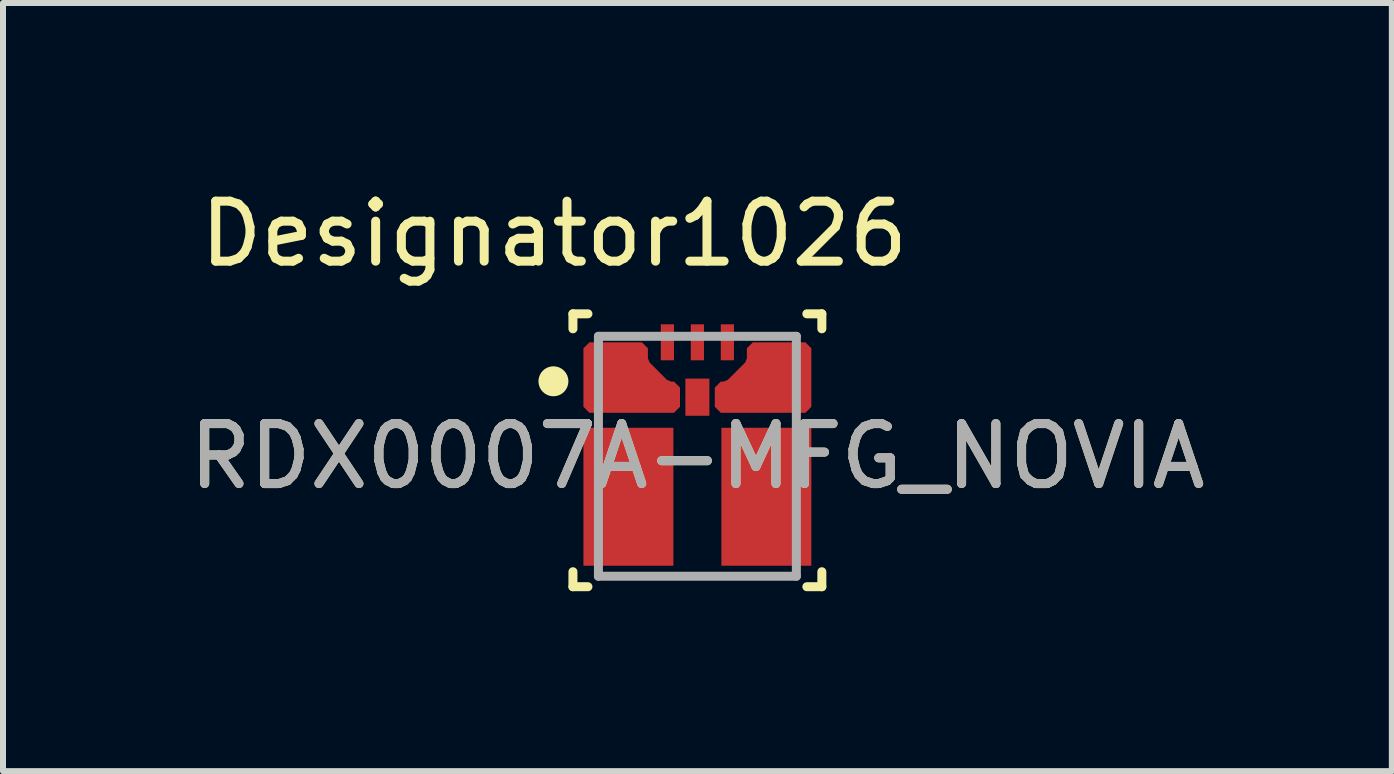
<source format=kicad_pcb>
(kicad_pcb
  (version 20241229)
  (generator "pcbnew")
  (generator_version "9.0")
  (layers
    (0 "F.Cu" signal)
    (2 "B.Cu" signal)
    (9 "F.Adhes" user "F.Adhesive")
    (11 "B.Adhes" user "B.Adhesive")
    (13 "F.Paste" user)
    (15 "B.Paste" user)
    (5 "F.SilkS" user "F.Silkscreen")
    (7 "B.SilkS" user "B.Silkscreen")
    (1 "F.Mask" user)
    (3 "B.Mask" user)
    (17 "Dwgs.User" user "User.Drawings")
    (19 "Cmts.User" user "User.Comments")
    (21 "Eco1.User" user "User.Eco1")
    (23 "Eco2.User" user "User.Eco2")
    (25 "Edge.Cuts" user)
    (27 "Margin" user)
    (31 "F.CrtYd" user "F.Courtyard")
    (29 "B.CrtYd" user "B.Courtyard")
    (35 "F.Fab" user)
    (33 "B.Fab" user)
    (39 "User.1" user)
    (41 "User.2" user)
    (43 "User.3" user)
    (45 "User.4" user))
  (footprint "RDX0007A-MFG_NOVIA"
    (layer "F.Cu")
    (at 8.577 4.557)
    (property "Reference" "RDX0007A-MFG_NOVIA" (at 0 0 0) (unlocked yes) (layer "F.SilkS") (effects (font (size 1 1) (thickness 0.15))))
    (attr smd)
    (fp_poly (pts (xy -0.2 -0.675) (xy 0.2 -0.675) (xy 0.2 -1.295) (xy -0.2 -1.295)) (stroke (width 0) (type solid)) (fill yes) (layer "F.Cu"))
    (fp_poly (pts (xy -1.9 -1.8) (xy -1.8 -1.9) (xy -0.925 -1.9) (xy -0.825 -1.8) (xy -0.825 -1.634) (xy -0.796 -1.563) (xy -0.507 -1.274) (xy -0.436 -1.245) (xy -0.39 -1.245) (xy -0.29 -1.145) (xy -0.29 -0.825) (xy -0.39 -0.725) (xy -1.8 -0.725) (xy -1.9 -0.825)) (stroke (width 0) (type solid)) (fill yes) (layer "F.Cu"))
    (fp_poly (pts (xy 1.9 -1.8) (xy 1.8 -1.9) (xy 0.925 -1.9) (xy 0.825 -1.8) (xy 0.825 -1.634) (xy 0.796 -1.563) (xy 0.507 -1.274) (xy 0.436 -1.245) (xy 0.39 -1.245) (xy 0.29 -1.145) (xy 0.29 -0.825) (xy 0.39 -0.725) (xy 1.8 -0.725) (xy 1.9 -0.825)) (stroke (width 0) (type solid)) (fill yes) (layer "F.Cu"))
    (fp_poly (pts (xy -0.44 -2.25) (xy -0.34 -2.15) (xy -0.34 -1.65) (xy -0.44 -1.55) (xy -0.56 -1.55) (xy -0.66 -1.65) (xy -0.66 -2.15) (xy -0.56 -2.25)) (stroke (width 0) (type solid)) (fill yes) (layer "F.Mask"))
    (fp_poly (pts (xy -0.16 -2.15) (xy -0.06 -2.25) (xy 0.06 -2.25) (xy 0.16 -2.15) (xy 0.16 -1.65) (xy 0.06 -1.55) (xy -0.06 -1.55) (xy -0.16 -1.65)) (stroke (width 0) (type solid)) (fill yes) (layer "F.Mask"))
    (fp_poly (pts (xy 0.56 -1.55) (xy 0.44 -1.55) (xy 0.34 -1.65) (xy 0.34 -2.15) (xy 0.44 -2.25) (xy 0.56 -2.25) (xy 0.66 -2.15) (xy 0.66 -1.65)) (stroke (width 0) (type solid)) (fill yes) (layer "F.Mask"))
    (fp_poly (pts (xy -0.925 -1.85) (xy -0.875 -1.8) (xy -0.875 -1.593) (xy -0.86 -1.557) (xy -0.513 -1.21) (xy -0.477 -1.195) (xy -0.39 -1.195) (xy -0.34 -1.145) (xy -0.34 -0.825) (xy -0.39 -0.775) (xy -1.4 -0.775) (xy -1.45 -0.825) (xy -1.5 -0.875) (xy -1.8 -0.875) (xy -1.85 -0.925) (xy -1.85 -1.075) (xy -1.8 -1.125) (xy -1.5 -1.125) (xy -1.45 -1.175) (xy -1.45 -1.325) (xy -1.5 -1.375) (xy -1.8 -1.375) (xy -1.85 -1.425) (xy -1.85 -1.575) (xy -1.8 -1.625) (xy -1.5 -1.625) (xy -1.45 -1.675) (xy -1.45 -1.8) (xy -1.4 -1.85)) (stroke (width 0) (type solid)) (fill yes) (layer "F.Mask"))
    (fp_poly (pts (xy 0.925 -1.85) (xy 0.875 -1.8) (xy 0.875 -1.593) (xy 0.86 -1.557) (xy 0.513 -1.21) (xy 0.477 -1.195) (xy 0.39 -1.195) (xy 0.34 -1.145) (xy 0.34 -0.825) (xy 0.39 -0.775) (xy 1.4 -0.775) (xy 1.45 -0.825) (xy 1.5 -0.875) (xy 1.8 -0.875) (xy 1.85 -0.925) (xy 1.85 -1.075) (xy 1.8 -1.125) (xy 1.5 -1.125) (xy 1.45 -1.175) (xy 1.45 -1.325) (xy 1.5 -1.375) (xy 1.8 -1.375) (xy 1.85 -1.425) (xy 1.85 -1.575) (xy 1.8 -1.625) (xy 1.5 -1.625) (xy 1.45 -1.675) (xy 1.45 -1.8) (xy 1.4 -1.85)) (stroke (width 0) (type solid)) (fill yes) (layer "F.Mask"))
    (fp_poly (pts (xy -0.5 -0.425) (xy -0.45 -0.375) (xy -0.45 1.725) (xy -0.5 1.775) (xy -1.4 1.775) (xy -1.45 1.725) (xy -1.45 1.59) (xy -1.5 1.54) (xy -1.8 1.54) (xy -1.85 1.49) (xy -1.85 1.34) (xy -1.8 1.29) (xy -1.5 1.29) (xy -1.45 1.24) (xy -1.45 1.09) (xy -1.5 1.04) (xy -1.8 1.04) (xy -1.85 0.99) (xy -1.85 0.84) (xy -1.8 0.79) (xy -1.5 0.79) (xy -1.45 0.74) (xy -1.45 0.59) (xy -1.5 0.54) (xy -1.8 0.54) (xy -1.85 0.49) (xy -1.85 0.34) (xy -1.8 0.29) (xy -1.5 0.29) (xy -1.45 0.24) (xy -1.45 0.09) (xy -1.5 0.04) (xy -1.8 0.04) (xy -1.85 -0.01) (xy -1.85 -0.16) (xy -1.8 -0.21) (xy -1.5 -0.21) (xy -1.45 -0.26) (xy -1.45 -0.375) (xy -1.4 -0.425)) (stroke (width 0) (type solid)) (fill yes) (layer "F.Mask"))
    (fp_poly (pts (xy 0.5 -0.425) (xy 0.45 -0.375) (xy 0.45 1.725) (xy 0.5 1.775) (xy 1.4 1.775) (xy 1.45 1.725) (xy 1.45 1.59) (xy 1.5 1.54) (xy 1.8 1.54) (xy 1.85 1.49) (xy 1.85 1.34) (xy 1.8 1.29) (xy 1.5 1.29) (xy 1.45 1.24) (xy 1.45 1.09) (xy 1.5 1.04) (xy 1.8 1.04) (xy 1.85 0.99) (xy 1.85 0.84) (xy 1.8 0.79) (xy 1.5 0.79) (xy 1.45 0.74) (xy 1.45 0.59) (xy 1.5 0.54) (xy 1.8 0.54) (xy 1.85 0.49) (xy 1.85 0.34) (xy 1.8 0.29) (xy 1.5 0.29) (xy 1.45 0.24) (xy 1.45 0.09) (xy 1.5 0.04) (xy 1.8 0.04) (xy 1.85 -0.01) (xy 1.85 -0.16) (xy 1.8 -0.21) (xy 1.5 -0.21) (xy 1.45 -0.26) (xy 1.45 -0.375) (xy 1.4 -0.425)) (stroke (width 0) (type solid)) (fill yes) (layer "F.Mask"))
    (fp_line (start -2.075 -2.375) (end -1.825 -2.375) (stroke (width 0.15) (type solid)) (layer "F.SilkS"))
    (fp_line (start -2.075 -2.125) (end -2.075 -2.375) (stroke (width 0.15) (type solid)) (layer "F.SilkS"))
    (fp_line (start -2.075 2.175) (end -2.075 1.925) (stroke (width 0.15) (type solid)) (layer "F.SilkS"))
    (fp_line (start -2.075 2.175) (end -1.825 2.175) (stroke (width 0.15) (type solid)) (layer "F.SilkS"))
    (fp_line (start 1.825 -2.375) (end 2.075 -2.375) (stroke (width 0.15) (type solid)) (layer "F.SilkS"))
    (fp_line (start 1.825 2.175) (end 2.075 2.175) (stroke (width 0.15) (type solid)) (layer "F.SilkS"))
    (fp_line (start 2.075 -2.125) (end 2.075 -2.375) (stroke (width 0.15) (type solid)) (layer "F.SilkS"))
    (fp_line (start 2.075 2.175) (end 2.075 1.925) (stroke (width 0.15) (type solid)) (layer "F.SilkS"))
    (fp_circle (center -2.4 -1.25) (end -2.275 -1.25) (stroke (width 0.25) (type solid)) (fill no) (layer "F.SilkS"))
    (fp_poly (pts (xy -1.85 -1.575) (xy -1.8 -1.625) (xy -1.45 -1.625) (xy -1.4 -1.575) (xy -1.4 -1.425) (xy -1.45 -1.375) (xy -1.8 -1.375) (xy -1.85 -1.425)) (stroke (width 0) (type solid)) (fill yes) (layer "F.Paste"))
    (fp_poly (pts (xy -1.8 -1.125) (xy -1.45 -1.125) (xy -1.4 -1.075) (xy -1.4 -0.925) (xy -1.45 -0.875) (xy -1.8 -0.875) (xy -1.85 -0.925) (xy -1.85 -1.075)) (stroke (width 0) (type solid)) (fill yes) (layer "F.Paste"))
    (fp_poly (pts (xy 1.85 -1.575) (xy 1.85 -1.425) (xy 1.8 -1.375) (xy 1.45 -1.375) (xy 1.4 -1.425) (xy 1.4 -1.575) (xy 1.45 -1.625) (xy 1.8 -1.625)) (stroke (width 0) (type solid)) (fill yes) (layer "F.Paste"))
    (fp_poly (pts (xy 1.85 -1.075) (xy 1.85 -0.925) (xy 1.8 -0.875) (xy 1.45 -0.875) (xy 1.4 -0.925) (xy 1.4 -1.075) (xy 1.45 -1.125) (xy 1.8 -1.125)) (stroke (width 0) (type solid)) (fill yes) (layer "F.Paste"))
    (fp_poly (pts (xy -0.95 -1.84) (xy -0.9 -1.79) (xy -0.9 -1.596) (xy -0.885 -1.56) (xy -0.525 -1.2) (xy -0.489 -1.185) (xy -0.4 -1.185) (xy -0.35 -1.135) (xy -0.35 -0.835) (xy -0.4 -0.785) (xy -1.15 -0.785) (xy -1.2 -0.835) (xy -1.2 -1.79) (xy -1.15 -1.84)) (stroke (width 0) (type solid)) (fill yes) (layer "F.Paste"))
    (fp_poly (pts (xy 0.95 -1.84) (xy 0.9 -1.79) (xy 0.9 -1.596) (xy 0.885 -1.56) (xy 0.525 -1.2) (xy 0.489 -1.185) (xy 0.4 -1.185) (xy 0.35 -1.135) (xy 0.35 -0.835) (xy 0.4 -0.785) (xy 1.15 -0.785) (xy 1.2 -0.835) (xy 1.2 -1.79) (xy 1.15 -1.84)) (stroke (width 0) (type solid)) (fill yes) (layer "F.Paste"))
    (fp_poly (pts (xy -0.46 1.655) (xy -0.51 1.705) (xy -1.35 1.705) (xy -1.4 1.655) (xy -1.4 1.59) (xy -1.45 1.54) (xy -1.8 1.54) (xy -1.85 1.49) (xy -1.85 1.34) (xy -1.8 1.29) (xy -1.3 1.29) (xy -1.25 1.24) (xy -1.25 1.09) (xy -1.3 1.04) (xy -1.8 1.04) (xy -1.85 0.99) (xy -1.85 0.84) (xy -1.8 0.79) (xy -1.3 0.79) (xy -1.25 0.74) (xy -1.25 0.59) (xy -1.3 0.54) (xy -1.8 0.54) (xy -1.85 0.49) (xy -1.85 0.34) (xy -1.8 0.29) (xy -1.3 0.29) (xy -1.25 0.24) (xy -1.25 0.09) (xy -1.3 0.04) (xy -1.8 0.04) (xy -1.85 -0.01) (xy -1.85 -0.16) (xy -1.8 -0.21) (xy -1.45 -0.21) (xy -1.4 -0.26) (xy -1.4 -0.325) (xy -1.35 -0.375) (xy -0.51 -0.375) (xy -0.46 -0.325) (xy -0.46 0.015) (xy -0.51 0.065) (xy -0.88 0.065) (xy -0.93 0.115) (xy -0.93 0.215) (xy -0.88 0.265) (xy -0.51 0.265) (xy -0.46 0.315) (xy -0.46 0.515) (xy -0.51 0.565) (xy -0.88 0.565) (xy -0.93 0.615) (xy -0.93 0.715) (xy -0.88 0.765) (xy -0.51 0.765) (xy -0.46 0.815) (xy -0.46 1.015) (xy -0.51 1.065) (xy -0.88 1.065) (xy -0.93 1.115) (xy -0.93 1.215) (xy -0.88 1.265) (xy -0.51 1.265) (xy -0.46 1.315)) (stroke (width 0) (type solid)) (fill yes) (layer "F.Paste"))
    (fp_poly (pts (xy 0.46 1.655) (xy 0.51 1.705) (xy 1.35 1.705) (xy 1.4 1.655) (xy 1.4 1.59) (xy 1.45 1.54) (xy 1.8 1.54) (xy 1.85 1.49) (xy 1.85 1.34) (xy 1.8 1.29) (xy 1.3 1.29) (xy 1.25 1.24) (xy 1.25 1.09) (xy 1.3 1.04) (xy 1.8 1.04) (xy 1.85 0.99) (xy 1.85 0.84) (xy 1.8 0.79) (xy 1.3 0.79) (xy 1.25 0.74) (xy 1.25 0.59) (xy 1.3 0.54) (xy 1.8 0.54) (xy 1.85 0.49) (xy 1.85 0.34) (xy 1.8 0.29) (xy 1.3 0.29) (xy 1.25 0.24) (xy 1.25 0.09) (xy 1.3 0.04) (xy 1.8 0.04) (xy 1.85 -0.01) (xy 1.85 -0.16) (xy 1.8 -0.21) (xy 1.45 -0.21) (xy 1.4 -0.26) (xy 1.4 -0.325) (xy 1.35 -0.375) (xy 0.51 -0.375) (xy 0.46 -0.325) (xy 0.46 0.015) (xy 0.51 0.065) (xy 0.88 0.065) (xy 0.93 0.115) (xy 0.93 0.215) (xy 0.88 0.265) (xy 0.51 0.265) (xy 0.46 0.315) (xy 0.46 0.515) (xy 0.51 0.565) (xy 0.88 0.565) (xy 0.93 0.615) (xy 0.93 0.715) (xy 0.88 0.765) (xy 0.51 0.765) (xy 0.46 0.815) (xy 0.46 1.015) (xy 0.51 1.065) (xy 0.88 1.065) (xy 0.93 1.115) (xy 0.93 1.215) (xy 0.88 1.265) (xy 0.51 1.265) (xy 0.46 1.315)) (stroke (width 0) (type solid)) (fill yes) (layer "F.Paste"))
    (fp_line (start -1.65 -2) (end 1.65 -2) (stroke (width 0.15) (type solid)) (layer "F.Fab"))
    (fp_line (start -1.65 2) (end -1.65 -2) (stroke (width 0.15) (type solid)) (layer "F.Fab"))
    (fp_line (start -1.65 2) (end 1.65 2) (stroke (width 0.15) (type solid)) (layer "F.Fab"))
    (fp_line (start 1.65 2) (end 1.65 -2) (stroke (width 0.15) (type solid)) (layer "F.Fab"))
    (fp_text user "Designator1026" (at -2.388 -3.708 0) (unlocked yes) (layer "F.SilkS") (effects (font (size 1 1) (thickness 0.15))))
    (fp_text user "${REFERENCE}" (at 0 0 0) (unlocked yes) (layer "F.Fab") (effects (font (size 1 1) (thickness 0.15))))
    (pad "1" smd circle (at -1.312 -1.312) (size 1.025 1.025) (layers "F.Cu"))
    (pad "2" smd rect (at -1.15 0.675) (size 1.5 2.3) (layers "F.Cu"))
    (pad "3" smd rect (at 1.15 0.675) (size 1.5 2.3) (layers "F.Cu"))
    (pad "4" smd circle (at 1.281 -1.276) (size 0.991 0.991) (layers "F.Cu"))
    (pad "5" smd rect (at 0.5 -1.9) (size 0.22 0.6) (layers "F.Cu" "F.Paste"))
    (pad "6" smd rect (at 0 -1.9) (size 0.22 0.6) (layers "F.Cu" "F.Paste"))
    (pad "7" smd rect (at -0.5 -1.9) (size 0.22 0.6) (layers "F.Cu" "F.Paste")))
  (gr_rect
    (start -3 -3)
    (end 20.155 9.807)
    (stroke (width 0.1) (type default))
    (fill no)
    (layer "Edge.Cuts")))
</source>
